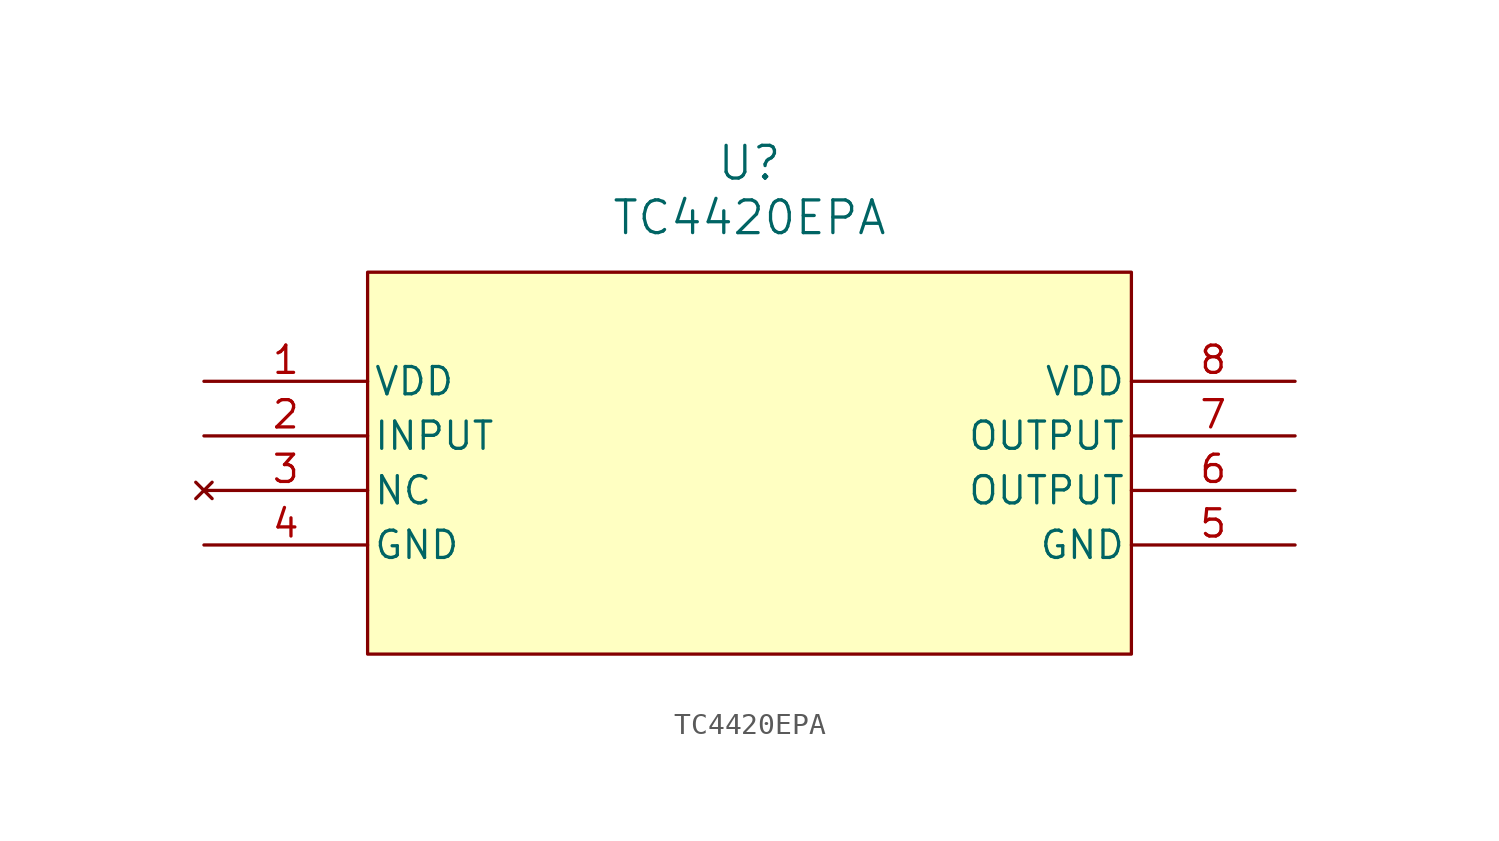
<source format=kicad_sym>
(kicad_symbol_lib
  (version 20241209)
  (generator "kicad_symbol_editor")
  (generator_version "9.0")
  (symbol "TC4420EPA"
    (pin_names
      (offset 0.254))
    (property "Reference" "U"
      (at 25.4 10.16 0)
      (effects (font (size 1.524 1.524))))
    (property "Value" "TC4420EPA"
      (at 25.4 7.62 0)
      (effects (font (size 1.524 1.524))))
    (property "ki_locked" ""
      (at 0 0 0)
      (effects (font (size 1.27 1.27))))
    (symbol "TC4420EPA_1_1"
      (rectangle (start 7.62 5.08) (end 43.18 -12.7) (stroke (width 0) (type solid)) (fill (type background)))
      (pin power_in line (at 0 0 0) (length 7.62) (name "VDD" (effects (font (size 1.27 1.27)))) (number "1" (effects (font (size 1.27 1.27)))))
      (pin input line (at 0 -2.54 0) (length 7.62) (name "INPUT" (effects (font (size 1.27 1.27)))) (number "2" (effects (font (size 1.27 1.27)))))
      (pin no_connect line (at 0 -5.08 0) (length 7.62) (name "NC" (effects (font (size 1.27 1.27)))) (number "3" (effects (font (size 1.27 1.27)))))
      (pin power_in line (at 0 -7.62 0) (length 7.62) (name "GND" (effects (font (size 1.27 1.27)))) (number "4" (effects (font (size 1.27 1.27)))))
      (pin power_in line (at 50.8 0 180) (length 7.62) (name "VDD" (effects (font (size 1.27 1.27)))) (number "8" (effects (font (size 1.27 1.27)))))
      (pin output line (at 50.8 -2.54 180) (length 7.62) (name "OUTPUT" (effects (font (size 1.27 1.27)))) (number "7" (effects (font (size 1.27 1.27)))))
      (pin output line (at 50.8 -5.08 180) (length 7.62) (name "OUTPUT" (effects (font (size 1.27 1.27)))) (number "6" (effects (font (size 1.27 1.27)))))
      (pin power_in line (at 50.8 -7.62 180) (length 7.62) (name "GND" (effects (font (size 1.27 1.27)))) (number "5" (effects (font (size 1.27 1.27))))))))
</source>
